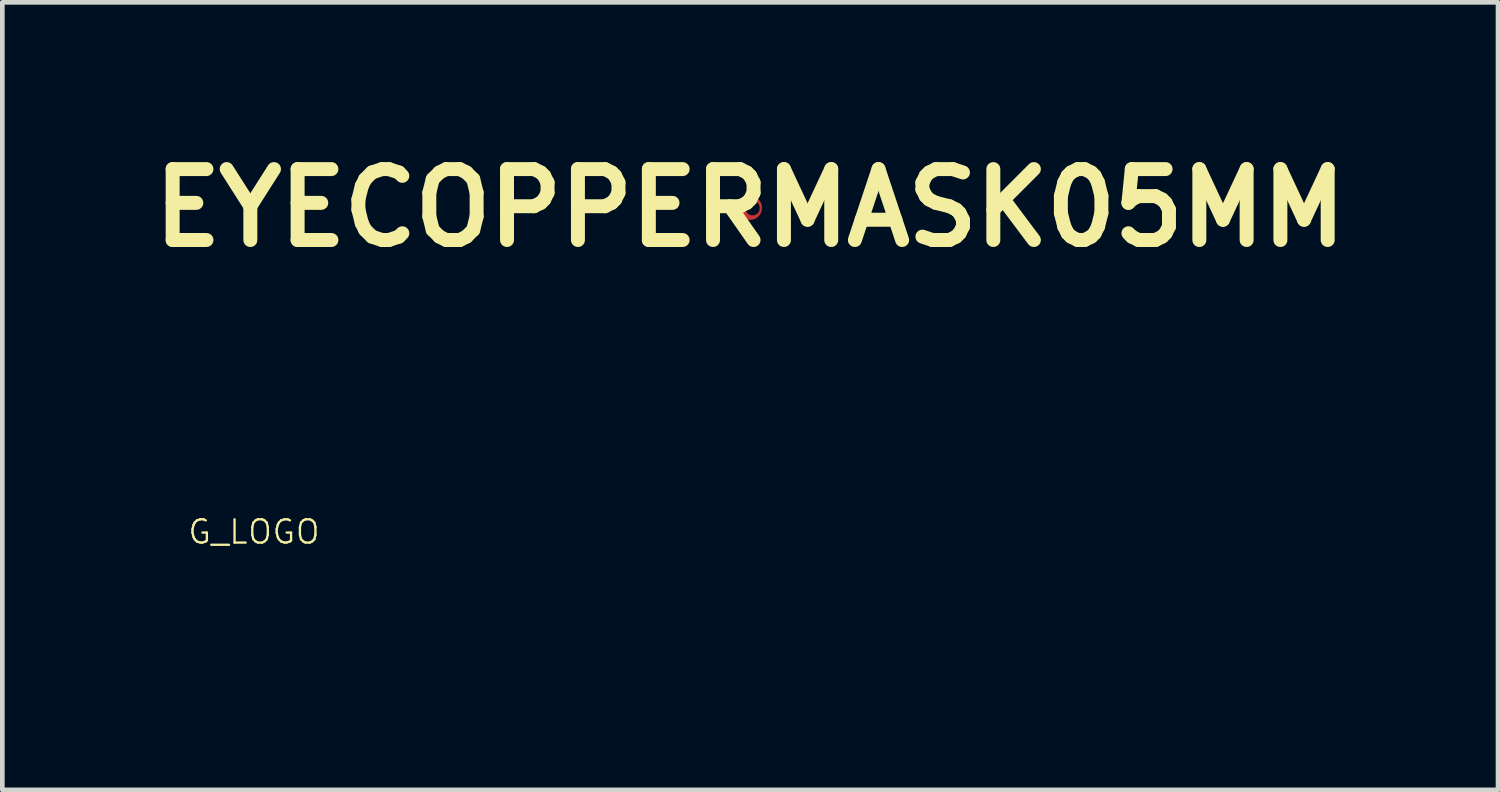
<source format=kicad_pcb>
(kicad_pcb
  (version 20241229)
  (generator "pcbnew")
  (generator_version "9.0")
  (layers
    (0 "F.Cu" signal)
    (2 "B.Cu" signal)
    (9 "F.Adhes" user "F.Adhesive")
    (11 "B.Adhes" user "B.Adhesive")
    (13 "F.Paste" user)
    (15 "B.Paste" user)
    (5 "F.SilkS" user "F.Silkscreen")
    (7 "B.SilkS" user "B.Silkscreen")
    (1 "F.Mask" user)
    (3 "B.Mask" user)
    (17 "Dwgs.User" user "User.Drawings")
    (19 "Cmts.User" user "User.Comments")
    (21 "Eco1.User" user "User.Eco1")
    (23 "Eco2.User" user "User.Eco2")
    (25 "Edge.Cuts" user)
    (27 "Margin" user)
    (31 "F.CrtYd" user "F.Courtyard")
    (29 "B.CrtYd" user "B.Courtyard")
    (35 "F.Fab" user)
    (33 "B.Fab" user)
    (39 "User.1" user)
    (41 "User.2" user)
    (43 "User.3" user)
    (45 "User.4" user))
  (footprint "EYECOPPERMASK05MM"
    (layer "F.Cu")
    (at 13.07 1.418)
    (property "Reference" "EYECOPPERMASK05MM" (at 0 0 0) (layer "F.SilkS") (effects (font (size 1.524 1.524) (thickness 0.3))))
    (attr through_hole)
    (fp_poly (pts (xy 0.006 -0.25) (xy 0.011 -0.25) (xy 0.016 -0.249) (xy 0.02 -0.249) (xy 0.024 -0.249) (xy 0.025 -0.249) (xy 0.041 -0.247) (xy 0.056 -0.244) (xy 0.071 -0.24) (xy 0.086 -0.235) (xy 0.101 -0.229) (xy 0.115 -0.222) (xy 0.129 -0.214) (xy 0.142 -0.206) (xy 0.145 -0.204) (xy 0.157 -0.194) (xy 0.169 -0.184) (xy 0.18 -0.173) (xy 0.191 -0.162) (xy 0.2 -0.15) (xy 0.209 -0.137) (xy 0.217 -0.124) (xy 0.225 -0.11) (xy 0.231 -0.096) (xy 0.237 -0.081) (xy 0.241 -0.066) (xy 0.243 -0.06) (xy 0.246 -0.044) (xy 0.248 -0.029) (xy 0.25 -0.013) (xy 0.25 0.002) (xy 0.249 0.017) (xy 0.248 0.032) (xy 0.245 0.047) (xy 0.242 0.062) (xy 0.238 0.077) (xy 0.233 0.091) (xy 0.227 0.105) (xy 0.22 0.118) (xy 0.213 0.132) (xy 0.204 0.144) (xy 0.195 0.156) (xy 0.185 0.168) (xy 0.174 0.179) (xy 0.163 0.19) (xy 0.15 0.2) (xy 0.145 0.204) (xy 0.137 0.209) (xy 0.128 0.215) (xy 0.119 0.22) (xy 0.109 0.225) (xy 0.1 0.229) (xy 0.095 0.231) (xy 0.081 0.237) (xy 0.066 0.241) (xy 0.051 0.245) (xy 0.035 0.247) (xy 0.02 0.249) (xy 0.005 0.25) (xy -0.001 0.25) (xy -0.004 0.25) (xy -0.007 0.25) (xy -0.01 0.25) (xy -0.012 0.25) (xy -0.013 0.25) (xy -0.029 0.248) (xy -0.045 0.246) (xy -0.06 0.243) (xy -0.075 0.239) (xy -0.079 0.237) (xy -0.085 0.235) (xy -0.09 0.233) (xy -0.096 0.231) (xy -0.101 0.229) (xy -0.107 0.226) (xy -0.11 0.224) (xy -0.124 0.217) (xy -0.137 0.209) (xy -0.15 0.2) (xy -0.162 0.19) (xy -0.174 0.18) (xy -0.184 0.169) (xy -0.194 0.157) (xy -0.204 0.145) (xy -0.212 0.132) (xy -0.22 0.119) (xy -0.227 0.105) (xy -0.233 0.09) (xy -0.238 0.076) (xy -0.242 0.063) (xy -0.245 0.049) (xy -0.248 0.035) (xy -0.249 0.02) (xy -0.25 0.006) (xy -0.25 0.006) (xy -0.108 0.006) (xy -0.107 0.012) (xy -0.106 0.025) (xy -0.104 0.038) (xy -0.101 0.05) (xy -0.097 0.062) (xy -0.092 0.073) (xy -0.086 0.084) (xy -0.08 0.094) (xy -0.072 0.104) (xy -0.064 0.114) (xy -0.059 0.119) (xy -0.049 0.127) (xy -0.04 0.135) (xy -0.029 0.142) (xy -0.018 0.148) (xy -0.007 0.153) (xy 0.005 0.157) (xy 0.017 0.16) (xy 0.03 0.162) (xy 0.036 0.163) (xy 0.039 0.163) (xy 0.042 0.163) (xy 0.046 0.163) (xy 0.05 0.163) (xy 0.054 0.163) (xy 0.058 0.163) (xy 0.062 0.163) (xy 0.064 0.163) (xy 0.077 0.161) (xy 0.089 0.159) (xy 0.101 0.156) (xy 0.113 0.151) (xy 0.124 0.146) (xy 0.135 0.14) (xy 0.145 0.133) (xy 0.155 0.125) (xy 0.164 0.117) (xy 0.173 0.107) (xy 0.181 0.098) (xy 0.188 0.087) (xy 0.194 0.077) (xy 0.199 0.065) (xy 0.203 0.054) (xy 0.207 0.042) (xy 0.209 0.03) (xy 0.21 0.017) (xy 0.211 0.005) (xy 0.211 -0.001) (xy 0.21 -0.013) (xy 0.208 -0.025) (xy 0.206 -0.036) (xy 0.202 -0.048) (xy 0.198 -0.059) (xy 0.194 -0.066) (xy 0.189 -0.077) (xy 0.182 -0.088) (xy 0.174 -0.098) (xy 0.166 -0.107) (xy 0.157 -0.116) (xy 0.147 -0.124) (xy 0.137 -0.131) (xy 0.136 -0.131) (xy 0.133 -0.133) (xy 0.13 -0.135) (xy 0.125 -0.137) (xy 0.121 -0.139) (xy 0.117 -0.141) (xy 0.113 -0.143) (xy 0.109 -0.144) (xy 0.108 -0.145) (xy 0.098 -0.148) (xy 0.089 -0.151) (xy 0.079 -0.153) (xy 0.072 -0.154) (xy 0.069 -0.154) (xy 0.064 -0.155) (xy 0.059 -0.155) (xy 0.054 -0.155) (xy 0.049 -0.155) (xy 0.044 -0.155) (xy 0.039 -0.154) (xy 0.034 -0.154) (xy 0.03 -0.154) (xy 0.027 -0.153) (xy 0.025 -0.153) (xy 0.025 -0.153) (xy 0.025 -0.152) (xy 0.025 -0.152) (xy 0.025 -0.151) (xy 0.026 -0.149) (xy 0.027 -0.147) (xy 0.027 -0.146) (xy 0.031 -0.137) (xy 0.034 -0.127) (xy 0.036 -0.117) (xy 0.038 -0.11) (xy 0.038 -0.106) (xy 0.038 -0.102) (xy 0.038 -0.098) (xy 0.038 -0.093) (xy 0.038 -0.089) (xy 0.037 -0.085) (xy 0.037 -0.081) (xy 0.037 -0.081) (xy 0.035 -0.071) (xy 0.031 -0.061) (xy 0.027 -0.051) (xy 0.023 -0.042) (xy 0.017 -0.033) (xy 0.01 -0.025) (xy 0.006 -0.021) (xy -0.002 -0.013) (xy -0.01 -0.007) (xy -0.019 -0.002) (xy -0.028 0.003) (xy -0.038 0.006) (xy -0.048 0.009) (xy -0.058 0.011) (xy -0.069 0.012) (xy -0.072 0.012) (xy -0.08 0.011) (xy -0.088 0.011) (xy -0.096 0.009) (xy -0.104 0.007) (xy -0.105 0.007) (xy -0.108 0.006) (xy -0.25 0.006) (xy -0.25 0) (xy -0.25 -0.016) (xy -0.248 -0.031) (xy -0.246 -0.046) (xy -0.242 -0.061) (xy -0.238 -0.076) (xy -0.233 -0.091) (xy -0.227 -0.105) (xy -0.22 -0.118) (xy -0.213 -0.131) (xy -0.204 -0.144) (xy -0.195 -0.156) (xy -0.185 -0.168) (xy -0.175 -0.179) (xy -0.164 -0.189) (xy -0.152 -0.199) (xy -0.139 -0.208) (xy -0.126 -0.216) (xy -0.112 -0.223) (xy -0.11 -0.224) (xy -0.098 -0.23) (xy -0.085 -0.235) (xy -0.073 -0.239) (xy -0.06 -0.243) (xy -0.047 -0.246) (xy -0.033 -0.248) (xy -0.022 -0.249) (xy -0.019 -0.249) (xy -0.015 -0.25) (xy -0.01 -0.25) (xy -0.005 -0.25) (xy 0.000454 -0.25) (xy 0.006 -0.25)) (stroke (width 0.01) (type solid)) (fill yes) (layer "F.Cu"))
    (fp_poly (pts (xy 0.006 -0.25) (xy 0.011 -0.25) (xy 0.016 -0.249) (xy 0.02 -0.249) (xy 0.024 -0.249) (xy 0.025 -0.249) (xy 0.041 -0.247) (xy 0.056 -0.244) (xy 0.071 -0.24) (xy 0.086 -0.235) (xy 0.101 -0.229) (xy 0.115 -0.222) (xy 0.129 -0.214) (xy 0.142 -0.206) (xy 0.145 -0.204) (xy 0.157 -0.194) (xy 0.169 -0.184) (xy 0.18 -0.173) (xy 0.191 -0.162) (xy 0.2 -0.15) (xy 0.209 -0.137) (xy 0.217 -0.124) (xy 0.225 -0.11) (xy 0.231 -0.096) (xy 0.237 -0.081) (xy 0.241 -0.066) (xy 0.243 -0.06) (xy 0.246 -0.044) (xy 0.248 -0.029) (xy 0.25 -0.013) (xy 0.25 0.002) (xy 0.249 0.017) (xy 0.248 0.032) (xy 0.245 0.047) (xy 0.242 0.062) (xy 0.238 0.077) (xy 0.233 0.091) (xy 0.227 0.105) (xy 0.22 0.118) (xy 0.213 0.132) (xy 0.204 0.144) (xy 0.195 0.156) (xy 0.185 0.168) (xy 0.174 0.179) (xy 0.163 0.19) (xy 0.15 0.2) (xy 0.145 0.204) (xy 0.137 0.209) (xy 0.128 0.215) (xy 0.119 0.22) (xy 0.109 0.225) (xy 0.1 0.229) (xy 0.095 0.231) (xy 0.081 0.237) (xy 0.066 0.241) (xy 0.051 0.245) (xy 0.035 0.247) (xy 0.02 0.249) (xy 0.005 0.25) (xy -0.001 0.25) (xy -0.004 0.25) (xy -0.007 0.25) (xy -0.01 0.25) (xy -0.012 0.25) (xy -0.013 0.25) (xy -0.029 0.248) (xy -0.045 0.246) (xy -0.06 0.243) (xy -0.075 0.239) (xy -0.079 0.237) (xy -0.085 0.235) (xy -0.09 0.233) (xy -0.096 0.231) (xy -0.101 0.229) (xy -0.107 0.226) (xy -0.11 0.224) (xy -0.124 0.217) (xy -0.137 0.209) (xy -0.15 0.2) (xy -0.162 0.19) (xy -0.174 0.18) (xy -0.184 0.169) (xy -0.194 0.157) (xy -0.204 0.145) (xy -0.212 0.132) (xy -0.22 0.119) (xy -0.227 0.105) (xy -0.233 0.09) (xy -0.238 0.076) (xy -0.242 0.063) (xy -0.245 0.049) (xy -0.248 0.035) (xy -0.249 0.02) (xy -0.25 0.006) (xy -0.25 0.006) (xy -0.108 0.006) (xy -0.107 0.012) (xy -0.106 0.025) (xy -0.104 0.038) (xy -0.101 0.05) (xy -0.097 0.062) (xy -0.092 0.073) (xy -0.086 0.084) (xy -0.08 0.094) (xy -0.072 0.104) (xy -0.064 0.114) (xy -0.059 0.119) (xy -0.049 0.127) (xy -0.04 0.135) (xy -0.029 0.142) (xy -0.018 0.148) (xy -0.007 0.153) (xy 0.005 0.157) (xy 0.017 0.16) (xy 0.03 0.162) (xy 0.036 0.163) (xy 0.039 0.163) (xy 0.042 0.163) (xy 0.046 0.163) (xy 0.05 0.163) (xy 0.054 0.163) (xy 0.058 0.163) (xy 0.062 0.163) (xy 0.064 0.163) (xy 0.077 0.161) (xy 0.089 0.159) (xy 0.101 0.156) (xy 0.113 0.151) (xy 0.124 0.146) (xy 0.135 0.14) (xy 0.145 0.133) (xy 0.155 0.125) (xy 0.164 0.117) (xy 0.173 0.107) (xy 0.181 0.098) (xy 0.188 0.087) (xy 0.194 0.077) (xy 0.199 0.065) (xy 0.203 0.054) (xy 0.207 0.042) (xy 0.209 0.03) (xy 0.21 0.017) (xy 0.211 0.005) (xy 0.211 -0.001) (xy 0.21 -0.013) (xy 0.208 -0.025) (xy 0.206 -0.036) (xy 0.202 -0.048) (xy 0.198 -0.059) (xy 0.194 -0.066) (xy 0.189 -0.077) (xy 0.182 -0.088) (xy 0.174 -0.098) (xy 0.166 -0.107) (xy 0.157 -0.116) (xy 0.147 -0.124) (xy 0.137 -0.131) (xy 0.136 -0.131) (xy 0.133 -0.133) (xy 0.13 -0.135) (xy 0.125 -0.137) (xy 0.121 -0.139) (xy 0.117 -0.141) (xy 0.113 -0.143) (xy 0.109 -0.144) (xy 0.108 -0.145) (xy 0.098 -0.148) (xy 0.089 -0.151) (xy 0.079 -0.153) (xy 0.072 -0.154) (xy 0.069 -0.154) (xy 0.064 -0.155) (xy 0.059 -0.155) (xy 0.054 -0.155) (xy 0.049 -0.155) (xy 0.044 -0.155) (xy 0.039 -0.154) (xy 0.034 -0.154) (xy 0.03 -0.154) (xy 0.027 -0.153) (xy 0.025 -0.153) (xy 0.025 -0.153) (xy 0.025 -0.152) (xy 0.025 -0.152) (xy 0.025 -0.151) (xy 0.026 -0.149) (xy 0.027 -0.147) (xy 0.027 -0.146) (xy 0.031 -0.137) (xy 0.034 -0.127) (xy 0.036 -0.117) (xy 0.038 -0.11) (xy 0.038 -0.106) (xy 0.038 -0.102) (xy 0.038 -0.098) (xy 0.038 -0.093) (xy 0.038 -0.089) (xy 0.037 -0.085) (xy 0.037 -0.081) (xy 0.037 -0.081) (xy 0.035 -0.071) (xy 0.031 -0.061) (xy 0.027 -0.051) (xy 0.023 -0.042) (xy 0.017 -0.033) (xy 0.01 -0.025) (xy 0.006 -0.021) (xy -0.002 -0.013) (xy -0.01 -0.007) (xy -0.019 -0.002) (xy -0.028 0.003) (xy -0.038 0.006) (xy -0.048 0.009) (xy -0.058 0.011) (xy -0.069 0.012) (xy -0.072 0.012) (xy -0.08 0.011) (xy -0.088 0.011) (xy -0.096 0.009) (xy -0.104 0.007) (xy -0.105 0.007) (xy -0.108 0.006) (xy -0.25 0.006) (xy -0.25 0) (xy -0.25 -0.016) (xy -0.248 -0.031) (xy -0.246 -0.046) (xy -0.242 -0.061) (xy -0.238 -0.076) (xy -0.233 -0.091) (xy -0.227 -0.105) (xy -0.22 -0.118) (xy -0.213 -0.131) (xy -0.204 -0.144) (xy -0.195 -0.156) (xy -0.185 -0.168) (xy -0.175 -0.179) (xy -0.164 -0.189) (xy -0.152 -0.199) (xy -0.139 -0.208) (xy -0.126 -0.216) (xy -0.112 -0.223) (xy -0.11 -0.224) (xy -0.098 -0.23) (xy -0.085 -0.235) (xy -0.073 -0.239) (xy -0.06 -0.243) (xy -0.047 -0.246) (xy -0.033 -0.248) (xy -0.022 -0.249) (xy -0.019 -0.249) (xy -0.015 -0.25) (xy -0.01 -0.25) (xy -0.005 -0.25) (xy 0.000454 -0.25) (xy 0.006 -0.25)) (stroke (width 0.01) (type solid)) (fill yes) (layer "F.Mask")))
  (footprint "G_LOGO"
    (layer "F.Cu")
    (at 2.407 8.38)
    (property "Reference" "G_LOGO" (at 0 0 0) (layer "F.SilkS") (effects (font (size 0.5 0.5) (thickness 0.05))))
    (attr through_hole)
    (fp_poly (pts (xy 0.827 -2.539) (xy 0.831 -2.531) (xy 0.841 -2.51) (xy 0.857 -2.474) (xy 0.879 -2.422) (xy 0.909 -2.351) (xy 0.934 -2.292) (xy 0.952 -2.248) (xy 0.971 -2.205) (xy 0.977 -2.189) (xy 1.006 -2.121) (xy 1.033 -2.056) (xy 1.056 -1.996) (xy 1.074 -1.947) (xy 1.086 -1.913) (xy 1.089 -1.899) (xy 1.083 -1.874) (xy 1.071 -1.843) (xy 1.061 -1.821) (xy 1.044 -1.785) (xy 1.021 -1.732) (xy 0.99 -1.663) (xy 0.951 -1.574) (xy 0.926 -1.518) (xy 0.913 -1.487) (xy 0.894 -1.445) (xy 0.878 -1.408) (xy 0.856 -1.364) (xy 0.836 -1.337) (xy 0.811 -1.32) (xy 0.801 -1.315) (xy 0.781 -1.308) (xy 0.741 -1.294) (xy 0.683 -1.274) (xy 0.607 -1.248) (xy 0.517 -1.217) (xy 0.414 -1.183) (xy 0.301 -1.145) (xy 0.18 -1.104) (xy 0.052 -1.062) (xy 0.024 -1.052) (xy -0.104 -1.01) (xy -0.226 -0.969) (xy -0.339 -0.931) (xy -0.442 -0.897) (xy -0.532 -0.867) (xy -0.609 -0.841) (xy -0.668 -0.821) (xy -0.709 -0.807) (xy -0.73 -0.799) (xy -0.732 -0.799) (xy -0.755 -0.79) (xy -0.793 -0.777) (xy -0.839 -0.762) (xy -0.841 -0.762) (xy -0.973 -0.713) (xy -1.101 -0.649) (xy -1.134 -0.631) (xy -1.209 -0.587) (xy -1.209 -0.514) (xy -1.206 -0.462) (xy -1.196 -0.392) (xy -1.182 -0.312) (xy -1.164 -0.225) (xy -1.143 -0.139) (xy -1.121 -0.059) (xy -1.1 0.01) (xy -1.093 0.027) (xy -1.075 0.076) (xy -1.06 0.117) (xy -1.05 0.144) (xy -1.047 0.151) (xy -1.03 0.198) (xy -1.003 0.26) (xy -0.968 0.333) (xy -0.928 0.413) (xy -0.885 0.495) (xy -0.842 0.573) (xy -0.802 0.643) (xy -0.767 0.698) (xy -0.695 0.796) (xy -0.613 0.889) (xy -0.524 0.973) (xy -0.432 1.046) (xy -0.343 1.102) (xy -0.29 1.128) (xy -0.18 1.162) (xy -0.057 1.18) (xy 0.074 1.183) (xy 0.207 1.17) (xy 0.321 1.145) (xy 0.375 1.13) (xy 0.44 1.111) (xy 0.508 1.09) (xy 0.575 1.069) (xy 0.637 1.049) (xy 0.688 1.032) (xy 0.722 1.02) (xy 0.732 1.016) (xy 0.759 1.006) (xy 0.796 0.994) (xy 0.804 0.991) (xy 0.825 0.985) (xy 0.842 0.98) (xy 0.853 0.973) (xy 0.859 0.962) (xy 0.859 0.944) (xy 0.853 0.917) (xy 0.84 0.879) (xy 0.819 0.826) (xy 0.791 0.757) (xy 0.755 0.669) (xy 0.735 0.62) (xy 0.715 0.574) (xy 0.698 0.536) (xy 0.686 0.513) (xy 0.683 0.509) (xy 0.664 0.505) (xy 0.631 0.513) (xy 0.623 0.516) (xy 0.588 0.528) (xy 0.539 0.544) (xy 0.486 0.561) (xy 0.478 0.564) (xy 0.43 0.579) (xy 0.388 0.593) (xy 0.361 0.603) (xy 0.357 0.605) (xy 0.333 0.614) (xy 0.295 0.627) (xy 0.254 0.64) (xy 0.22 0.651) (xy 0.167 0.668) (xy 0.1 0.69) (xy 0.024 0.715) (xy -0.057 0.743) (xy -0.096 0.756) (xy -0.173 0.781) (xy -0.243 0.804) (xy -0.301 0.822) (xy -0.346 0.835) (xy -0.374 0.842) (xy -0.381 0.842) (xy -0.39 0.83) (xy -0.405 0.799) (xy -0.427 0.753) (xy -0.451 0.696) (xy -0.47 0.651) (xy -0.497 0.585) (xy -0.523 0.523) (xy -0.545 0.47) (xy -0.562 0.431) (xy -0.568 0.417) (xy -0.588 0.374) (xy -0.607 0.326) (xy -0.612 0.314) (xy -0.626 0.28) (xy -0.639 0.255) (xy -0.643 0.249) (xy -0.651 0.226) (xy -0.652 0.194) (xy -0.646 0.167) (xy -0.643 0.163) (xy -0.632 0.144) (xy -0.619 0.114) (xy -0.617 0.109) (xy -0.602 0.073) (xy -0.584 0.028) (xy -0.571 0) (xy -0.546 -0.057) (xy -0.518 -0.121) (xy -0.489 -0.187) (xy -0.462 -0.248) (xy -0.439 -0.298) (xy -0.425 -0.329) (xy -0.404 -0.362) (xy -0.379 -0.384) (xy -0.375 -0.386) (xy -0.357 -0.392) (xy -0.318 -0.406) (xy -0.263 -0.424) (xy -0.192 -0.448) (xy -0.11 -0.476) (xy -0.019 -0.506) (xy 0.079 -0.538) (xy 0.176 -0.571) (xy 0.267 -0.601) (xy 0.348 -0.628) (xy 0.417 -0.652) (xy 0.472 -0.67) (xy 0.509 -0.683) (xy 0.526 -0.689) (xy 0.526 -0.689) (xy 0.545 -0.697) (xy 0.583 -0.709) (xy 0.636 -0.727) (xy 0.698 -0.747) (xy 0.744 -0.762) (xy 0.81 -0.783) (xy 0.869 -0.802) (xy 0.918 -0.818) (xy 0.95 -0.83) (xy 0.962 -0.834) (xy 0.985 -0.843) (xy 1.023 -0.856) (xy 1.069 -0.87) (xy 1.07 -0.871) (xy 1.116 -0.885) (xy 1.155 -0.898) (xy 1.179 -0.907) (xy 1.179 -0.907) (xy 1.199 -0.914) (xy 1.236 -0.927) (xy 1.285 -0.944) (xy 1.338 -0.962) (xy 1.392 -0.98) (xy 1.439 -0.995) (xy 1.454 -1) (xy 1.475 -0.997) (xy 1.483 -0.984) (xy 1.492 -0.96) (xy 1.509 -0.92) (xy 1.529 -0.869) (xy 1.552 -0.814) (xy 1.575 -0.761) (xy 1.594 -0.715) (xy 1.608 -0.683) (xy 1.621 -0.652) (xy 1.641 -0.606) (xy 1.663 -0.55) (xy 1.683 -0.502) (xy 1.704 -0.45) (xy 1.723 -0.406) (xy 1.737 -0.377) (xy 1.745 -0.365) (xy 1.753 -0.351) (xy 1.754 -0.345) (xy 1.759 -0.324) (xy 1.772 -0.287) (xy 1.793 -0.238) (xy 1.818 -0.182) (xy 1.821 -0.175) (xy 1.833 -0.148) (xy 1.851 -0.105) (xy 1.872 -0.055) (xy 1.881 -0.033) (xy 1.902 0.021) (xy 1.924 0.072) (xy 1.941 0.113) (xy 1.946 0.124) (xy 1.96 0.156) (xy 1.98 0.203) (xy 2.004 0.26) (xy 2.026 0.314) (xy 2.051 0.375) (xy 2.076 0.433) (xy 2.097 0.483) (xy 2.11 0.514) (xy 2.13 0.56) (xy 2.148 0.605) (xy 2.154 0.623) (xy 2.167 0.655) (xy 2.178 0.676) (xy 2.181 0.679) (xy 2.19 0.692) (xy 2.19 0.694) (xy 2.194 0.709) (xy 2.204 0.737) (xy 2.207 0.745) (xy 2.219 0.774) (xy 2.225 0.792) (xy 2.226 0.793) (xy 2.23 0.806) (xy 2.242 0.833) (xy 2.256 0.864) (xy 2.272 0.9) (xy 2.283 0.927) (xy 2.286 0.937) (xy 2.291 0.951) (xy 2.302 0.979) (xy 2.309 0.995) (xy 2.343 1.071) (xy 2.368 1.128) (xy 2.384 1.171) (xy 2.392 1.202) (xy 2.394 1.225) (xy 2.39 1.244) (xy 2.387 1.252) (xy 2.353 1.329) (xy 2.313 1.419) (xy 2.272 1.511) (xy 2.256 1.548) (xy 2.218 1.634) (xy 2.189 1.699) (xy 2.167 1.746) (xy 2.151 1.777) (xy 2.14 1.794) (xy 2.134 1.799) (xy 2.133 1.798) (xy 2.118 1.797) (xy 2.112 1.8) (xy 2.093 1.809) (xy 2.06 1.822) (xy 2.032 1.831) (xy 1.991 1.844) (xy 1.956 1.856) (xy 1.941 1.862) (xy 1.922 1.869) (xy 1.885 1.882) (xy 1.832 1.9) (xy 1.769 1.921) (xy 1.705 1.941) (xy 1.624 1.968) (xy 1.536 1.997) (xy 1.451 2.025) (xy 1.377 2.05) (xy 1.343 2.062) (xy 1.198 2.111) (xy 1.071 2.153) (xy 0.955 2.192) (xy 0.907 2.207) (xy 0.816 2.237) (xy 0.745 2.26) (xy 0.691 2.278) (xy 0.649 2.292) (xy 0.616 2.303) (xy 0.59 2.312) (xy 0.566 2.321) (xy 0.562 2.322) (xy 0.528 2.334) (xy 0.476 2.351) (xy 0.415 2.371) (xy 0.351 2.392) (xy 0.345 2.394) (xy 0.283 2.414) (xy 0.226 2.432) (xy 0.18 2.446) (xy 0.15 2.456) (xy 0.147 2.457) (xy 0.121 2.464) (xy 0.076 2.474) (xy 0.019 2.487) (xy -0.045 2.501) (xy -0.064 2.505) (xy -0.144 2.52) (xy -0.209 2.53) (xy -0.271 2.536) (xy -0.337 2.538) (xy -0.405 2.538) (xy -0.476 2.537) (xy -0.547 2.533) (xy -0.609 2.528) (xy -0.656 2.522) (xy -0.66 2.521) (xy -0.717 2.51) (xy -0.777 2.496) (xy -0.817 2.486) (xy -0.858 2.475) (xy -0.892 2.466) (xy -0.907 2.462) (xy -0.96 2.445) (xy -1.027 2.418) (xy -1.103 2.383) (xy -1.183 2.343) (xy -1.26 2.3) (xy -1.264 2.298) (xy -1.362 2.232) (xy -1.465 2.146) (xy -1.57 2.046) (xy -1.673 1.934) (xy -1.771 1.813) (xy -1.86 1.689) (xy -1.938 1.564) (xy -1.94 1.56) (xy -1.962 1.52) (xy -1.988 1.469) (xy -2.018 1.411) (xy -2.048 1.351) (xy -2.077 1.291) (xy -2.103 1.237) (xy -2.124 1.192) (xy -2.137 1.162) (xy -2.141 1.149) (xy -2.146 1.133) (xy -2.158 1.102) (xy -2.17 1.074) (xy -2.196 1.009) (xy -2.226 0.926) (xy -2.257 0.832) (xy -2.287 0.733) (xy -2.315 0.635) (xy -2.339 0.545) (xy -2.356 0.467) (xy -2.357 0.46) (xy -2.366 0.405) (xy -2.375 0.339) (xy -2.384 0.267) (xy -2.391 0.195) (xy -2.397 0.127) (xy -2.401 0.068) (xy -2.402 0.024) (xy -2.401 0.001) (xy -2.394 -0.043) (xy -2.389 -0.085) (xy -2.384 -0.123) (xy -2.378 -0.17) (xy -2.376 -0.187) (xy -2.357 -0.289) (xy -2.322 -0.406) (xy -2.27 -0.539) (xy -2.236 -0.615) (xy -2.219 -0.654) (xy -2.206 -0.683) (xy -2.201 -0.697) (xy -2.201 -0.697) (xy -2.197 -0.71) (xy -2.185 -0.739) (xy -2.172 -0.766) (xy -2.154 -0.807) (xy -2.13 -0.86) (xy -2.106 -0.916) (xy -2.099 -0.931) (xy -2.067 -1.005) (xy -2.031 -1.078) (xy -1.996 -1.148) (xy -1.962 -1.21) (xy -1.933 -1.26) (xy -1.909 -1.295) (xy -1.899 -1.306) (xy -1.889 -1.319) (xy -1.869 -1.344) (xy -1.858 -1.359) (xy -1.774 -1.456) (xy -1.668 -1.551) (xy -1.544 -1.644) (xy -1.402 -1.733) (xy -1.247 -1.815) (xy -1.08 -1.89) (xy -0.943 -1.941) (xy -0.883 -1.963) (xy -0.829 -1.982) (xy -0.786 -1.997) (xy -0.76 -2.007) (xy -0.756 -2.009) (xy -0.734 -2.017) (xy -0.695 -2.03) (xy -0.647 -2.045) (xy -0.629 -2.051) (xy -0.58 -2.066) (xy -0.537 -2.08) (xy -0.508 -2.091) (xy -0.502 -2.093) (xy -0.479 -2.102) (xy -0.441 -2.115) (xy -0.394 -2.13) (xy -0.381 -2.134) (xy -0.345 -2.146) (xy -0.29 -2.164) (xy -0.219 -2.187) (xy -0.137 -2.215) (xy -0.048 -2.245) (xy 0.045 -2.277) (xy 0.073 -2.286) (xy 0.165 -2.318) (xy 0.253 -2.348) (xy 0.333 -2.375) (xy 0.403 -2.398) (xy 0.457 -2.417) (xy 0.494 -2.429) (xy 0.502 -2.431) (xy 0.58 -2.456) (xy 0.653 -2.48) (xy 0.715 -2.501) (xy 0.763 -2.518) (xy 0.793 -2.53) (xy 0.795 -2.531) (xy 0.817 -2.539) (xy 0.827 -2.539)) (stroke (width 0.01) (type solid)) (fill yes) (layer "F.Mask")))
  (gr_rect
    (start -3 -3)
    (end 29.14 13.923)
    (stroke (width 0.1) (type default))
    (fill no)
    (layer "Edge.Cuts")))
</source>
